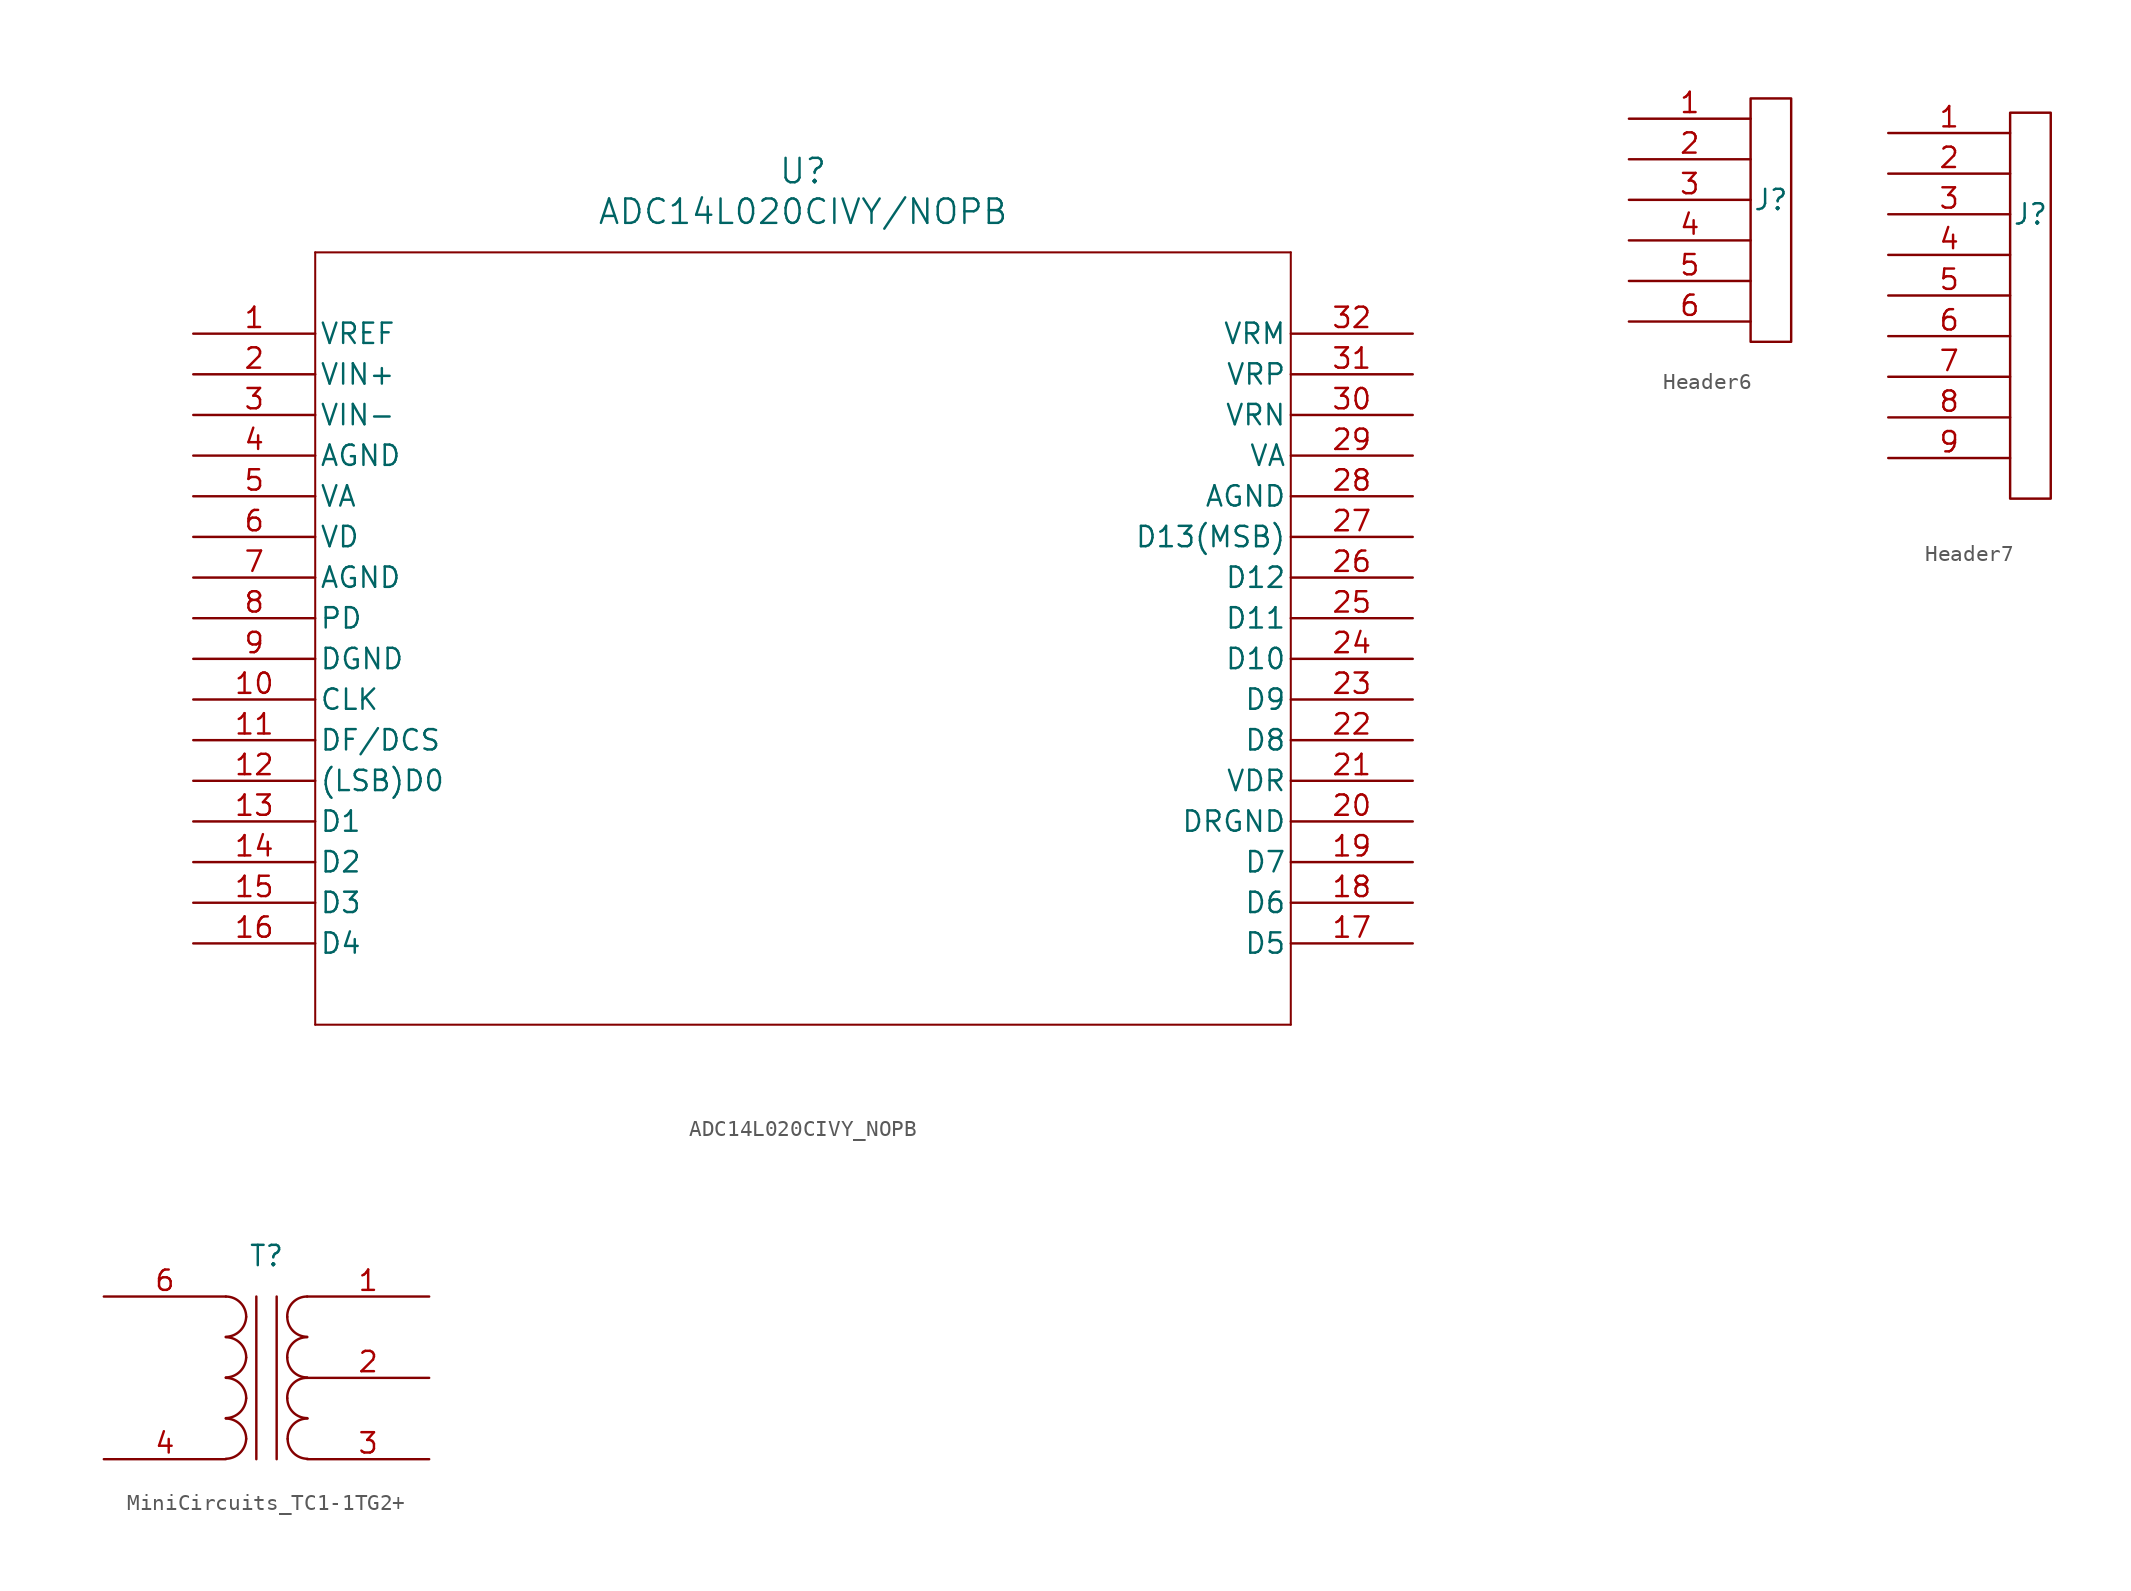
<source format=kicad_sym>
(kicad_symbol_lib
  (version 20231120)
  (generator "kicad_symbol_editor")
  (generator_version "8.0")
  (symbol "ADC14L020CIVY_NOPB"
    (pin_names
      (offset 0.254))
    (property "Reference" "U"
      (at 38.1 10.16 0)
      (effects (font (size 1.524 1.524))))
    (property "Value" "ADC14L020CIVY/NOPB"
      (at 38.1 7.62 0)
      (effects (font (size 1.524 1.524))))
    (property "ki_locked" ""
      (at 0 0 0)
      (effects (font (size 1.27 1.27))))
    (symbol "ADC14L020CIVY_NOPB_0_1"
      (polyline (pts (xy 7.62 -43.18) (xy 68.58 -43.18)) (stroke (width 0.127) (type default)) (fill (type none)))
      (polyline (pts (xy 7.62 5.08) (xy 7.62 -43.18)) (stroke (width 0.127) (type default)) (fill (type none)))
      (polyline (pts (xy 68.58 -43.18) (xy 68.58 5.08)) (stroke (width 0.127) (type default)) (fill (type none)))
      (polyline (pts (xy 68.58 5.08) (xy 7.62 5.08)) (stroke (width 0.127) (type default)) (fill (type none)))
      (pin passive line (at 0 0 0) (length 7.62) (name "VREF" (effects (font (size 1.27 1.27)))) (number "1" (effects (font (size 1.27 1.27)))))
      (pin passive line (at 0 -22.86 0) (length 7.62) (name "CLK" (effects (font (size 1.27 1.27)))) (number "10" (effects (font (size 1.27 1.27)))))
      (pin passive line (at 0 -25.4 0) (length 7.62) (name "DF/DCS" (effects (font (size 1.27 1.27)))) (number "11" (effects (font (size 1.27 1.27)))))
      (pin passive line (at 0 -27.94 0) (length 7.62) (name "(LSB)D0" (effects (font (size 1.27 1.27)))) (number "12" (effects (font (size 1.27 1.27)))))
      (pin output line (at 0 -30.48 0) (length 7.62) (name "D1" (effects (font (size 1.27 1.27)))) (number "13" (effects (font (size 1.27 1.27)))))
      (pin output line (at 0 -33.02 0) (length 7.62) (name "D2" (effects (font (size 1.27 1.27)))) (number "14" (effects (font (size 1.27 1.27)))))
      (pin output line (at 0 -35.56 0) (length 7.62) (name "D3" (effects (font (size 1.27 1.27)))) (number "15" (effects (font (size 1.27 1.27)))))
      (pin output line (at 0 -38.1 0) (length 7.62) (name "D4" (effects (font (size 1.27 1.27)))) (number "16" (effects (font (size 1.27 1.27)))))
      (pin output line (at 76.2 -38.1 180) (length 7.62) (name "D5" (effects (font (size 1.27 1.27)))) (number "17" (effects (font (size 1.27 1.27)))))
      (pin output line (at 76.2 -35.56 180) (length 7.62) (name "D6" (effects (font (size 1.27 1.27)))) (number "18" (effects (font (size 1.27 1.27)))))
      (pin output line (at 76.2 -33.02 180) (length 7.62) (name "D7" (effects (font (size 1.27 1.27)))) (number "19" (effects (font (size 1.27 1.27)))))
      (pin input line (at 0 -2.54 0) (length 7.62) (name "VIN+" (effects (font (size 1.27 1.27)))) (number "2" (effects (font (size 1.27 1.27)))))
      (pin passive line (at 76.2 -30.48 180) (length 7.62) (name "DRGND" (effects (font (size 1.27 1.27)))) (number "20" (effects (font (size 1.27 1.27)))))
      (pin passive line (at 76.2 -27.94 180) (length 7.62) (name "VDR" (effects (font (size 1.27 1.27)))) (number "21" (effects (font (size 1.27 1.27)))))
      (pin output line (at 76.2 -25.4 180) (length 7.62) (name "D8" (effects (font (size 1.27 1.27)))) (number "22" (effects (font (size 1.27 1.27)))))
      (pin output line (at 76.2 -22.86 180) (length 7.62) (name "D9" (effects (font (size 1.27 1.27)))) (number "23" (effects (font (size 1.27 1.27)))))
      (pin output line (at 76.2 -20.32 180) (length 7.62) (name "D10" (effects (font (size 1.27 1.27)))) (number "24" (effects (font (size 1.27 1.27)))))
      (pin output line (at 76.2 -17.78 180) (length 7.62) (name "D11" (effects (font (size 1.27 1.27)))) (number "25" (effects (font (size 1.27 1.27)))))
      (pin output line (at 76.2 -15.24 180) (length 7.62) (name "D12" (effects (font (size 1.27 1.27)))) (number "26" (effects (font (size 1.27 1.27)))))
      (pin output line (at 76.2 -12.7 180) (length 7.62) (name "D13(MSB)" (effects (font (size 1.27 1.27)))) (number "27" (effects (font (size 1.27 1.27)))))
      (pin passive line (at 76.2 -10.16 180) (length 7.62) (name "AGND" (effects (font (size 1.27 1.27)))) (number "28" (effects (font (size 1.27 1.27)))))
      (pin passive line (at 76.2 -7.62 180) (length 7.62) (name "VA" (effects (font (size 1.27 1.27)))) (number "29" (effects (font (size 1.27 1.27)))))
      (pin input line (at 0 -5.08 0) (length 7.62) (name "VIN-" (effects (font (size 1.27 1.27)))) (number "3" (effects (font (size 1.27 1.27)))))
      (pin passive line (at 76.2 -5.08 180) (length 7.62) (name "VRN" (effects (font (size 1.27 1.27)))) (number "30" (effects (font (size 1.27 1.27)))))
      (pin passive line (at 76.2 -2.54 180) (length 7.62) (name "VRP" (effects (font (size 1.27 1.27)))) (number "31" (effects (font (size 1.27 1.27)))))
      (pin passive line (at 76.2 0 180) (length 7.62) (name "VRM" (effects (font (size 1.27 1.27)))) (number "32" (effects (font (size 1.27 1.27)))))
      (pin passive line (at 0 -7.62 0) (length 7.62) (name "AGND" (effects (font (size 1.27 1.27)))) (number "4" (effects (font (size 1.27 1.27)))))
      (pin passive line (at 0 -10.16 0) (length 7.62) (name "VA" (effects (font (size 1.27 1.27)))) (number "5" (effects (font (size 1.27 1.27)))))
      (pin passive line (at 0 -12.7 0) (length 7.62) (name "VD" (effects (font (size 1.27 1.27)))) (number "6" (effects (font (size 1.27 1.27)))))
      (pin passive line (at 0 -15.24 0) (length 7.62) (name "AGND" (effects (font (size 1.27 1.27)))) (number "7" (effects (font (size 1.27 1.27)))))
      (pin passive line (at 0 -17.78 0) (length 7.62) (name "PD" (effects (font (size 1.27 1.27)))) (number "8" (effects (font (size 1.27 1.27)))))
      (pin passive line (at 0 -20.32 0) (length 7.62) (name "DGND" (effects (font (size 1.27 1.27)))) (number "9" (effects (font (size 1.27 1.27)))))))
  (symbol "Header6"
    (property "Reference" "J"
      (at 0 0 0)
      (effects (font (size 1.27 1.27))))
    (property "Value" ""
      (at 0 0 0)
      (effects (font (size 1.27 1.27))))
    (symbol "Header6_0_1"
      (rectangle (start -1.27 6.35) (end 1.27 -8.89) (stroke (width 0) (type default)) (fill (type none))))
    (symbol "Header6_1_1"
      (pin passive line (at -8.89 5.08 0) (length 7.62) (name "" (effects (font (size 1.27 1.27)))) (number "1" (effects (font (size 1.27 1.27)))))
      (pin passive line (at -8.89 2.54 0) (length 7.62) (name "" (effects (font (size 1.27 1.27)))) (number "2" (effects (font (size 1.27 1.27)))))
      (pin passive line (at -8.89 0 0) (length 7.62) (name "" (effects (font (size 1.27 1.27)))) (number "3" (effects (font (size 1.27 1.27)))))
      (pin passive line (at -8.89 -2.54 0) (length 7.62) (name "" (effects (font (size 1.27 1.27)))) (number "4" (effects (font (size 1.27 1.27)))))
      (pin passive line (at -8.89 -5.08 0) (length 7.62) (name "" (effects (font (size 1.27 1.27)))) (number "5" (effects (font (size 1.27 1.27)))))
      (pin passive line (at -8.89 -7.62 0) (length 7.62) (name "" (effects (font (size 1.27 1.27)))) (number "6" (effects (font (size 1.27 1.27)))))))
  (symbol "Header7"
    (property "Reference" "J"
      (at 0 0 0)
      (effects (font (size 1.27 1.27))))
    (property "Value" ""
      (at 0 0 0)
      (effects (font (size 1.27 1.27))))
    (symbol "Header7_0_1"
      (rectangle (start -1.27 6.35) (end 1.27 -17.78) (stroke (width 0) (type default)) (fill (type none))))
    (symbol "Header7_1_1"
      (pin passive line (at -1.27 5.08 180) (length 7.62) (name "" (effects (font (size 1.27 1.27)))) (number "1" (effects (font (size 1.27 1.27)))))
      (pin passive line (at -1.27 2.54 180) (length 7.62) (name "" (effects (font (size 1.27 1.27)))) (number "2" (effects (font (size 1.27 1.27)))))
      (pin passive line (at -1.27 0 180) (length 7.62) (name "" (effects (font (size 1.27 1.27)))) (number "3" (effects (font (size 1.27 1.27)))))
      (pin passive line (at -1.27 -2.54 180) (length 7.62) (name "" (effects (font (size 1.27 1.27)))) (number "4" (effects (font (size 1.27 1.27)))))
      (pin passive line (at -1.27 -5.08 180) (length 7.62) (name "" (effects (font (size 1.27 1.27)))) (number "5" (effects (font (size 1.27 1.27)))))
      (pin passive line (at -1.27 -7.62 180) (length 7.62) (name "" (effects (font (size 1.27 1.27)))) (number "6" (effects (font (size 1.27 1.27)))))
      (pin passive line (at -1.27 -10.16 180) (length 7.62) (name "" (effects (font (size 1.27 1.27)))) (number "7" (effects (font (size 1.27 1.27)))))
      (pin passive line (at -1.27 -12.7 180) (length 7.62) (name "" (effects (font (size 1.27 1.27)))) (number "8" (effects (font (size 1.27 1.27)))))
      (pin passive line (at -1.27 -15.24 180) (length 7.62) (name "" (effects (font (size 1.27 1.27)))) (number "9" (effects (font (size 1.27 1.27)))))))
  (symbol "MiniCircuits_TC1-1TG2+"
    (property "Reference" "T"
      (at 0 7.62 0)
      (effects (font (size 1.27 1.27))))
    (property "Value" ""
      (at 0 0 0)
      (effects (font (size 1.27 1.27))))
    (symbol "MiniCircuits_TC1-1TG2+_0_1"
      (arc (start -2.54 -5.0546) (mid -1.6599 -4.6901) (end -1.27 -3.81) (stroke (width 0) (type default)) (fill (type none)))
      (arc (start -2.54 -2.5146) (mid -1.6599 -2.1501) (end -1.27 -1.27) (stroke (width 0) (type default)) (fill (type none)))
      (arc (start -2.54 0.0254) (mid -1.6599 0.3899) (end -1.27 1.27) (stroke (width 0) (type default)) (fill (type none)))
      (arc (start -2.54 2.5654) (mid -1.6599 2.9299) (end -1.27 3.81) (stroke (width 0) (type default)) (fill (type none)))
      (arc (start -1.27 -3.81) (mid -1.642 -2.912) (end -2.54 -2.54) (stroke (width 0) (type default)) (fill (type none)))
      (arc (start -1.27 -1.27) (mid -1.642 -0.372) (end -2.54 0) (stroke (width 0) (type default)) (fill (type none)))
      (arc (start -1.27 1.27) (mid -1.642 2.168) (end -2.54 2.54) (stroke (width 0) (type default)) (fill (type none)))
      (arc (start -1.27 3.81) (mid -1.642 4.708) (end -2.54 5.08) (stroke (width 0) (type default)) (fill (type none)))
      (polyline (pts (xy -0.635 5.08) (xy -0.635 -5.08)) (stroke (width 0) (type default)) (fill (type none)))
      (polyline (pts (xy 0.635 -5.08) (xy 0.635 5.08)) (stroke (width 0) (type default)) (fill (type none)))
      (arc (start 1.2954 -1.27) (mid 1.6599 -2.1501) (end 2.54 -2.5146) (stroke (width 0) (type default)) (fill (type none)))
      (arc (start 1.2954 1.27) (mid 1.6599 0.3899) (end 2.54 0.0254) (stroke (width 0) (type default)) (fill (type none)))
      (arc (start 1.2954 3.81) (mid 1.6599 2.9299) (end 2.54 2.5654) (stroke (width 0) (type default)) (fill (type none)))
      (arc (start 1.3208 -3.81) (mid 1.6853 -4.6901) (end 2.5654 -5.0546) (stroke (width 0) (type default)) (fill (type none)))
      (arc (start 2.54 0) (mid 1.642 -0.372) (end 1.2954 -1.27) (stroke (width 0) (type default)) (fill (type none)))
      (arc (start 2.54 2.54) (mid 1.642 2.168) (end 1.2954 1.27) (stroke (width 0) (type default)) (fill (type none)))
      (arc (start 2.54 5.08) (mid 1.642 4.708) (end 1.2954 3.81) (stroke (width 0) (type default)) (fill (type none)))
      (arc (start 2.5654 -2.54) (mid 1.6674 -2.912) (end 1.3208 -3.81) (stroke (width 0) (type default)) (fill (type none))))
    (symbol "MiniCircuits_TC1-1TG2+_1_1"
      (pin passive line (at 10.16 5.08 180) (length 7.62) (name "" (effects (font (size 1.27 1.27)))) (number "1" (effects (font (size 1.27 1.27)))))
      (pin passive line (at 10.16 0 180) (length 7.62) (name "" (effects (font (size 1.27 1.27)))) (number "2" (effects (font (size 1.27 1.27)))))
      (pin passive line (at 10.16 -5.08 180) (length 7.62) (name "" (effects (font (size 1.27 1.27)))) (number "3" (effects (font (size 1.27 1.27)))))
      (pin passive line (at -10.16 -5.08 0) (length 7.62) (name "" (effects (font (size 1.27 1.27)))) (number "4" (effects (font (size 1.27 1.27)))))
      (pin passive line (at -10.16 5.08 0) (length 7.62) (name "" (effects (font (size 1.27 1.27)))) (number "6" (effects (font (size 1.27 1.27))))))))
</source>
